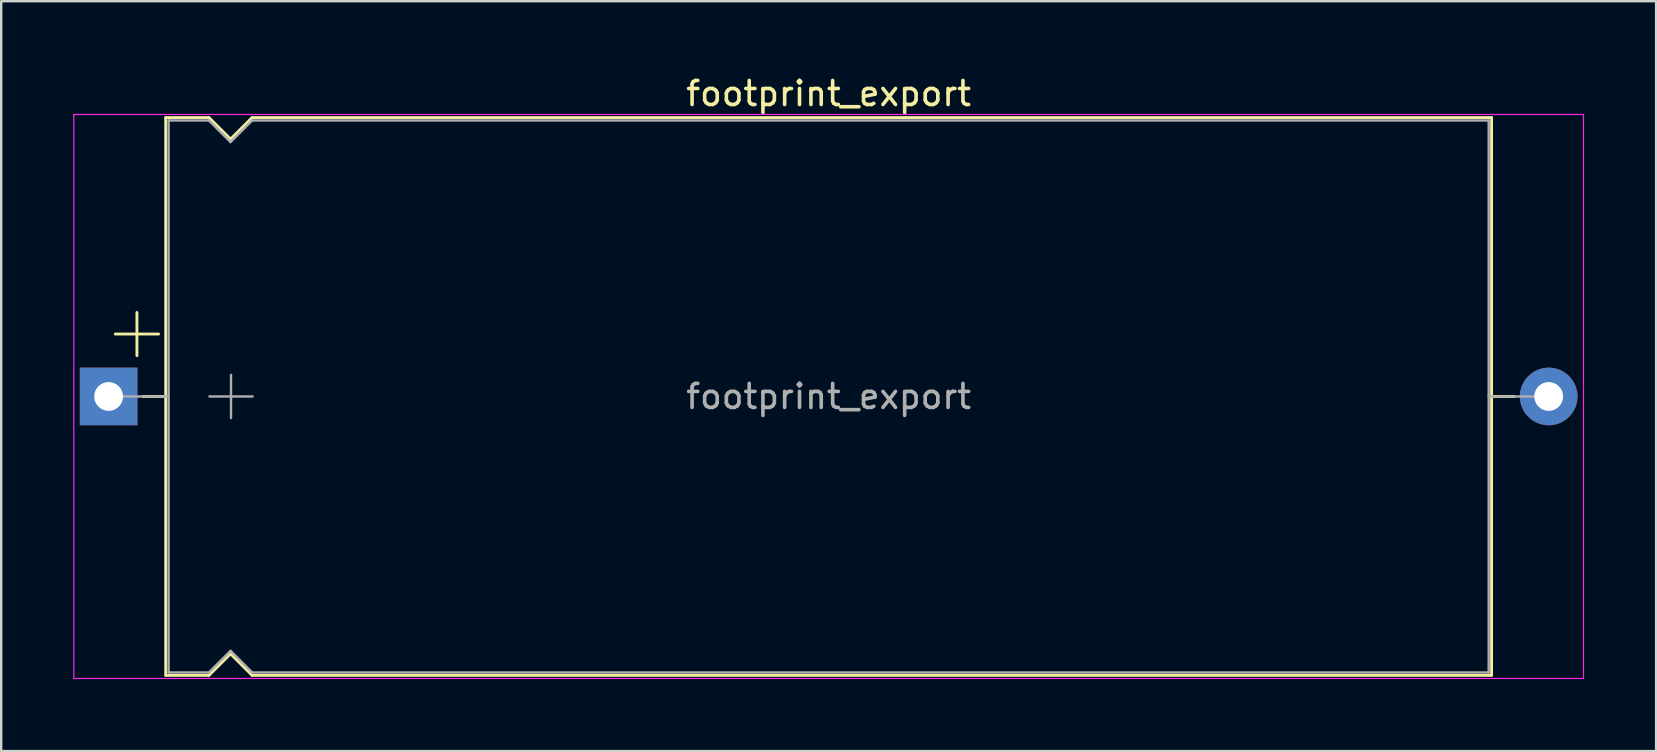
<source format=kicad_pcb>
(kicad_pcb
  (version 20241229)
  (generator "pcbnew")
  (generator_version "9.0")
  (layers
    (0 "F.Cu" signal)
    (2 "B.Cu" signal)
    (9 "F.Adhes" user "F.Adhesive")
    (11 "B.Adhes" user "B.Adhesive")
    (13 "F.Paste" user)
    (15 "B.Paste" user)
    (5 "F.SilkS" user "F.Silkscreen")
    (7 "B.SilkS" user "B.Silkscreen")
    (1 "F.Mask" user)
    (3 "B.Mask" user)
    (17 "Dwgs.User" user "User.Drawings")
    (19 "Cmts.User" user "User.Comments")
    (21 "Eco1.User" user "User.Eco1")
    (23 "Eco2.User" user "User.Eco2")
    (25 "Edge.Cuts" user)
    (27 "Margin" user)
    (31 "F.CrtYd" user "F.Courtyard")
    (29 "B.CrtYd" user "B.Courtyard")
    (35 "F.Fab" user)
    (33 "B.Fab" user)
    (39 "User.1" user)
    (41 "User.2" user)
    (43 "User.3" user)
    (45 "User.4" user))
  (footprint "footprint_export"
    (layer "F.Cu")
    (at 1.475 13.468)
    (property "Reference" "footprint_export" (at 30 -12.62 0) (layer "F.SilkS") (effects (font (size 1 1) (thickness 0.15))))
    (attr through_hole)
    (fp_line (start 0.28 -2.6) (end 2.08 -2.6) (stroke (width 0.12) (type solid)) (layer "F.SilkS"))
    (fp_line (start 1.18 -3.5) (end 1.18 -1.7) (stroke (width 0.12) (type solid)) (layer "F.SilkS"))
    (fp_line (start 1.44 0) (end 2.38 0) (stroke (width 0.12) (type solid)) (layer "F.SilkS"))
    (fp_line (start 2.38 -11.62) (end 2.38 11.62) (stroke (width 0.12) (type solid)) (layer "F.SilkS"))
    (fp_line (start 2.38 -11.62) (end 4.18 -11.62) (stroke (width 0.12) (type solid)) (layer "F.SilkS"))
    (fp_line (start 2.38 11.62) (end 4.18 11.62) (stroke (width 0.12) (type solid)) (layer "F.SilkS"))
    (fp_line (start 4.18 -11.62) (end 5.08 -10.72) (stroke (width 0.12) (type solid)) (layer "F.SilkS"))
    (fp_line (start 4.18 11.62) (end 5.08 10.72) (stroke (width 0.12) (type solid)) (layer "F.SilkS"))
    (fp_line (start 5.08 -10.72) (end 5.98 -11.62) (stroke (width 0.12) (type solid)) (layer "F.SilkS"))
    (fp_line (start 5.08 10.72) (end 5.98 11.62) (stroke (width 0.12) (type solid)) (layer "F.SilkS"))
    (fp_line (start 5.98 -11.62) (end 57.62 -11.62) (stroke (width 0.12) (type solid)) (layer "F.SilkS"))
    (fp_line (start 5.98 11.62) (end 57.62 11.62) (stroke (width 0.12) (type solid)) (layer "F.SilkS"))
    (fp_line (start 57.62 -11.62) (end 57.62 11.62) (stroke (width 0.12) (type solid)) (layer "F.SilkS"))
    (fp_line (start 58.56 0) (end 57.62 0) (stroke (width 0.12) (type solid)) (layer "F.SilkS"))
    (fp_line (start -1.45 -11.75) (end -1.45 11.75) (stroke (width 0.05) (type solid)) (layer "F.CrtYd"))
    (fp_line (start -1.45 11.75) (end 61.45 11.75) (stroke (width 0.05) (type solid)) (layer "F.CrtYd"))
    (fp_line (start 61.45 -11.75) (end -1.45 -11.75) (stroke (width 0.05) (type solid)) (layer "F.CrtYd"))
    (fp_line (start 61.45 11.75) (end 61.45 -11.75) (stroke (width 0.05) (type solid)) (layer "F.CrtYd"))
    (fp_line (start 0 0) (end 2.5 0) (stroke (width 0.1) (type solid)) (layer "F.Fab"))
    (fp_line (start 2.5 -11.5) (end 2.5 11.5) (stroke (width 0.1) (type solid)) (layer "F.Fab"))
    (fp_line (start 2.5 -11.5) (end 4.18 -11.5) (stroke (width 0.1) (type solid)) (layer "F.Fab"))
    (fp_line (start 2.5 11.5) (end 4.18 11.5) (stroke (width 0.1) (type solid)) (layer "F.Fab"))
    (fp_line (start 4.18 -11.5) (end 5.08 -10.6) (stroke (width 0.1) (type solid)) (layer "F.Fab"))
    (fp_line (start 4.18 11.5) (end 5.08 10.6) (stroke (width 0.1) (type solid)) (layer "F.Fab"))
    (fp_line (start 4.2 0) (end 6 0) (stroke (width 0.1) (type solid)) (layer "F.Fab"))
    (fp_line (start 5.08 -10.6) (end 5.98 -11.5) (stroke (width 0.1) (type solid)) (layer "F.Fab"))
    (fp_line (start 5.08 10.6) (end 5.98 11.5) (stroke (width 0.1) (type solid)) (layer "F.Fab"))
    (fp_line (start 5.1 -0.9) (end 5.1 0.9) (stroke (width 0.1) (type solid)) (layer "F.Fab"))
    (fp_line (start 5.98 -11.5) (end 57.5 -11.5) (stroke (width 0.1) (type solid)) (layer "F.Fab"))
    (fp_line (start 5.98 11.5) (end 57.5 11.5) (stroke (width 0.1) (type solid)) (layer "F.Fab"))
    (fp_line (start 57.5 -11.5) (end 57.5 11.5) (stroke (width 0.1) (type solid)) (layer "F.Fab"))
    (fp_line (start 60 0) (end 57.5 0) (stroke (width 0.1) (type solid)) (layer "F.Fab"))
    (fp_text user "${REFERENCE}" (at 30 0 0) (layer "F.Fab") (effects (font (size 1 1) (thickness 0.15))))
    (pad "1" thru_hole rect (at 0 0) (size 2.4 2.4) (drill 1.2) (layers "*.Cu" "*.Mask"))
    (pad "2" thru_hole oval (at 60 0) (size 2.4 2.4) (drill 1.2) (layers "*.Cu" "*.Mask")))
  (gr_rect
    (start -3 -3)
    (end 65.95 28.243)
    (stroke (width 0.1) (type default))
    (fill no)
    (layer "Edge.Cuts")))
</source>
